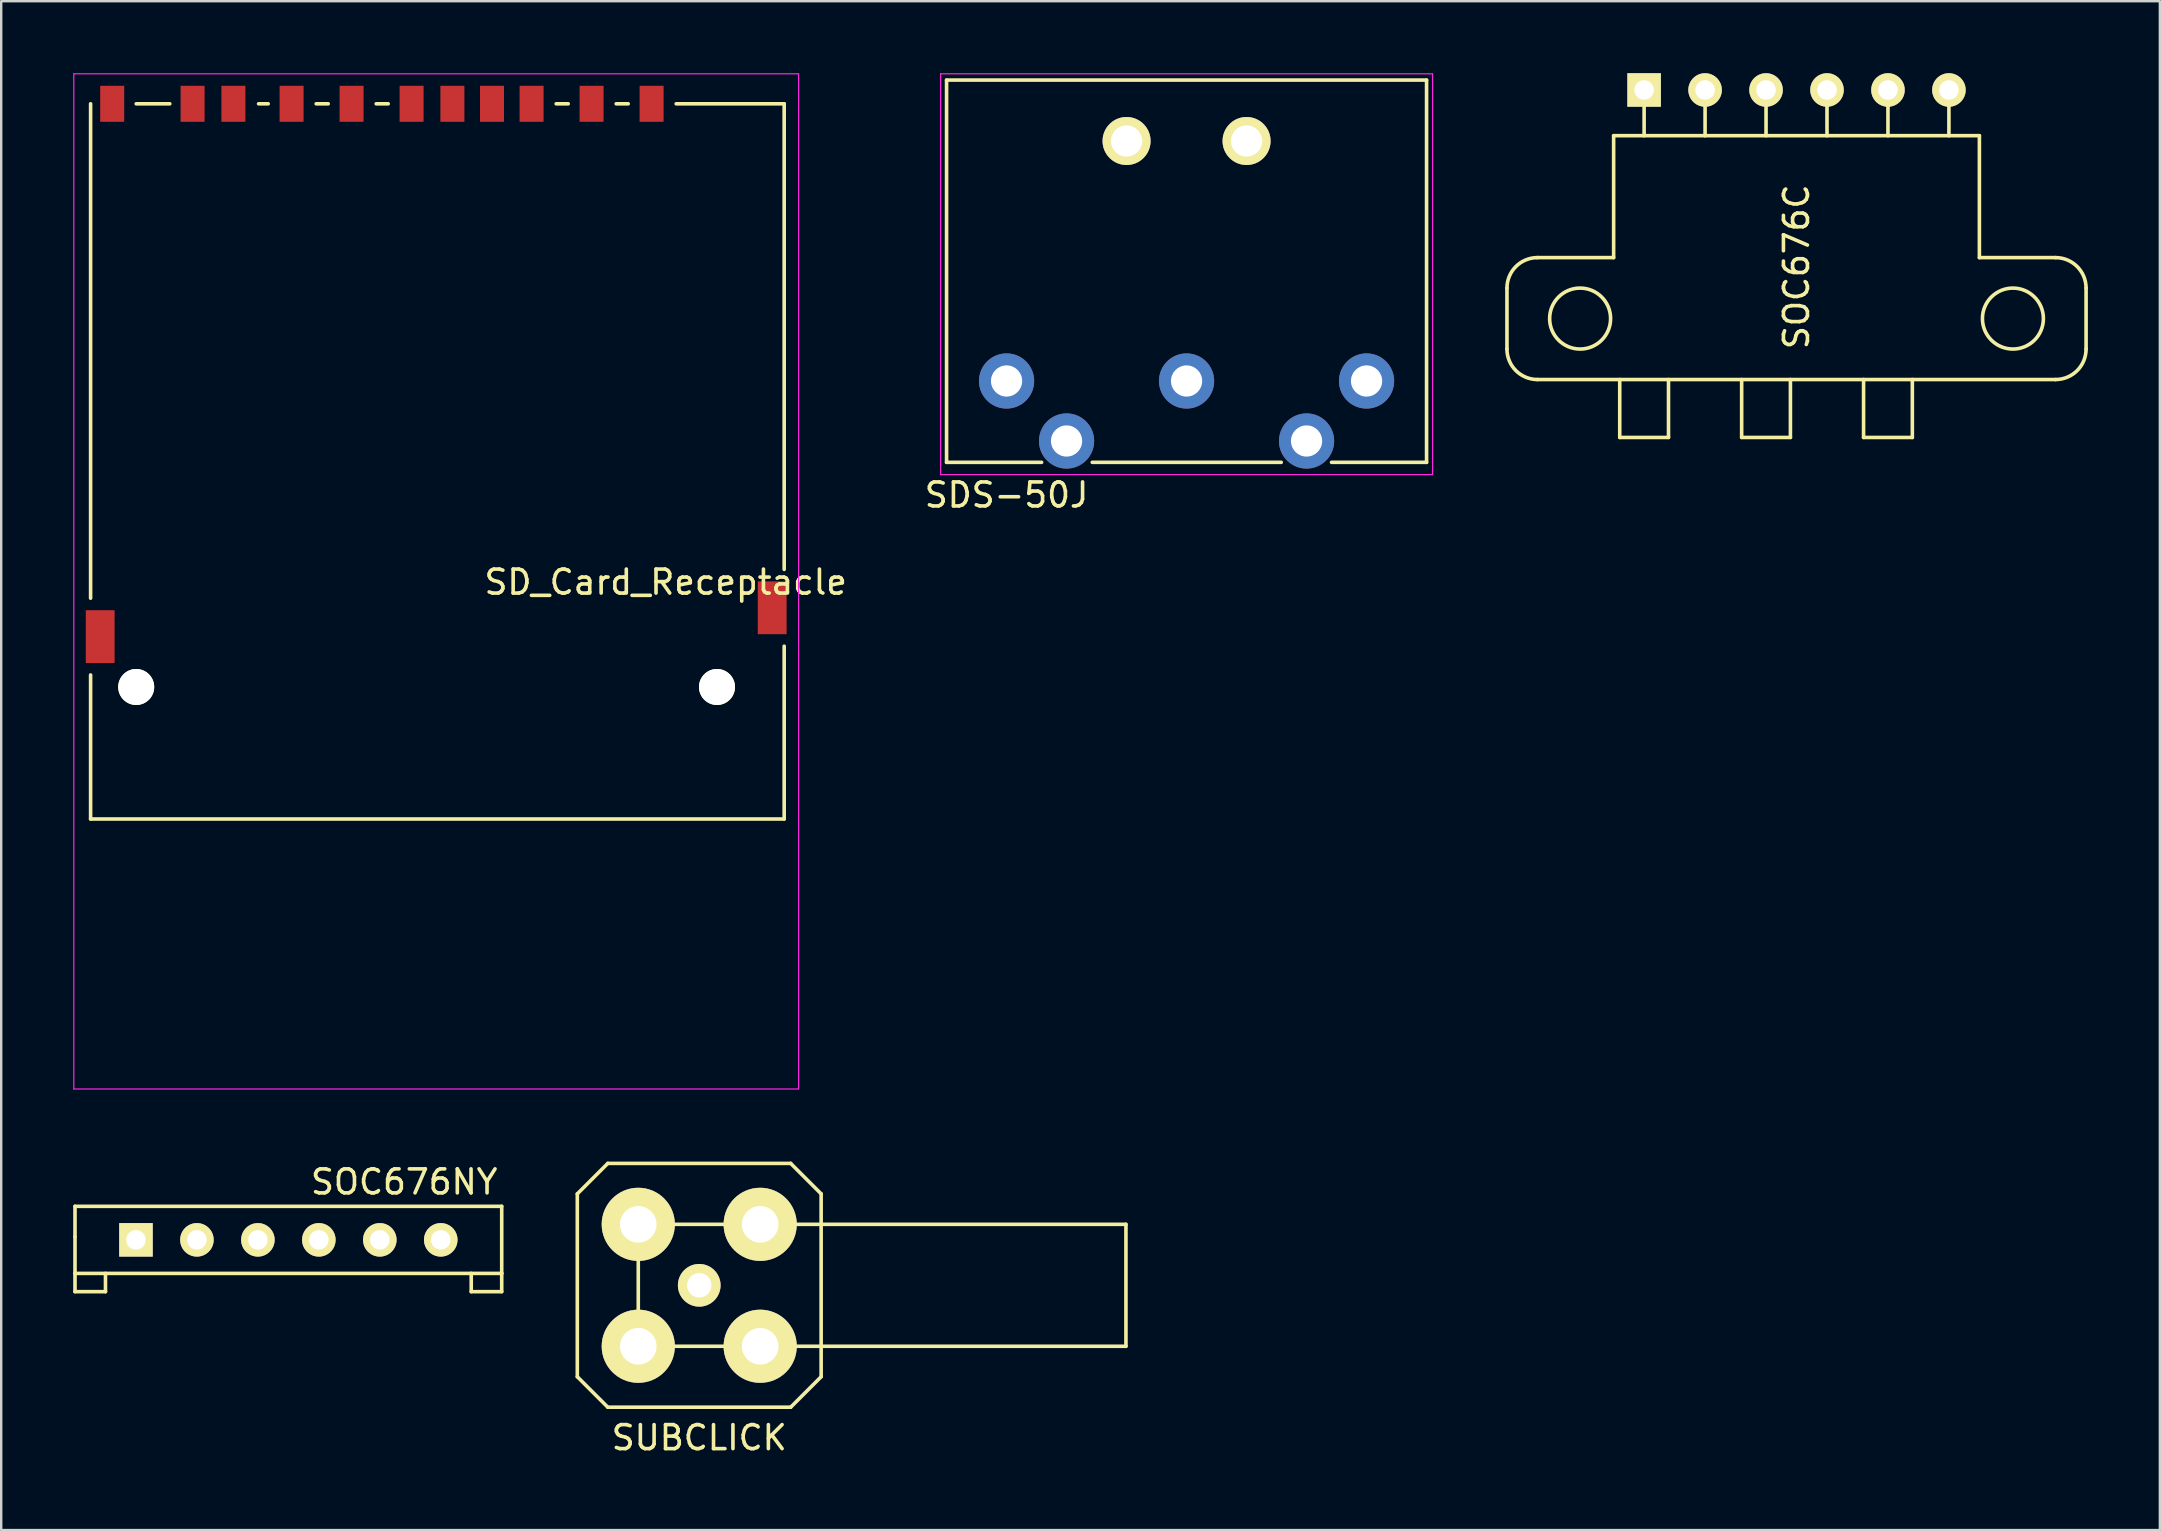
<source format=kicad_pcb>
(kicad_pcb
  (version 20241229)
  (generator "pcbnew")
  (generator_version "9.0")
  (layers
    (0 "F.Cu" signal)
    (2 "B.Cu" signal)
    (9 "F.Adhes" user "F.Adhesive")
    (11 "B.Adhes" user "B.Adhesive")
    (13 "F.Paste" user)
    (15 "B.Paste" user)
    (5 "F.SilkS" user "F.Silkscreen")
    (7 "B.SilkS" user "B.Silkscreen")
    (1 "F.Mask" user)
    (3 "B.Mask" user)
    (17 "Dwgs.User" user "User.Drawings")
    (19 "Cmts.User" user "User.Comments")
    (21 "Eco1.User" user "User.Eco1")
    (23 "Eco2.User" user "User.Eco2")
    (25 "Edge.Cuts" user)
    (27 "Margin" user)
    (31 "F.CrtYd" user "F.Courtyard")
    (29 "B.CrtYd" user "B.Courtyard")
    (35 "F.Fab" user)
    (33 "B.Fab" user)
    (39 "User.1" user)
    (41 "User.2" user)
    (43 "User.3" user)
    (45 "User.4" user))
  (footprint "SOC676C"
    (layer "F.Cu")
    (at 71.806 0.699)
    (property "Reference" "SOC676C" (at 0 7.366 90) (layer "F.SilkS") (effects (font (size 1 1) (thickness 0.15))))
    (attr through_hole)
    (fp_line (start -12.065 10.795) (end -12.065 8.255) (stroke (width 0.15) (type solid)) (layer "F.SilkS"))
    (fp_line (start -7.62 1.905) (end 7.62 1.905) (stroke (width 0.15) (type solid)) (layer "F.SilkS"))
    (fp_line (start -7.62 6.985) (end -10.795 6.985) (stroke (width 0.15) (type solid)) (layer "F.SilkS"))
    (fp_line (start -7.62 6.985) (end -7.62 1.905) (stroke (width 0.15) (type solid)) (layer "F.SilkS"))
    (fp_line (start -7.366 12.065) (end -7.366 14.478) (stroke (width 0.15) (type solid)) (layer "F.SilkS"))
    (fp_line (start -7.366 14.478) (end -5.334 14.478) (stroke (width 0.15) (type solid)) (layer "F.SilkS"))
    (fp_line (start -6.35 0) (end -6.35 1.905) (stroke (width 0.15) (type solid)) (layer "F.SilkS"))
    (fp_line (start -5.334 14.478) (end -5.334 12.065) (stroke (width 0.15) (type solid)) (layer "F.SilkS"))
    (fp_line (start -3.81 0) (end -3.81 1.905) (stroke (width 0.15) (type solid)) (layer "F.SilkS"))
    (fp_line (start -2.286 14.478) (end -2.286 12.065) (stroke (width 0.15) (type solid)) (layer "F.SilkS"))
    (fp_line (start -1.27 0) (end -1.27 1.905) (stroke (width 0.15) (type solid)) (layer "F.SilkS"))
    (fp_line (start -0.254 12.065) (end -0.254 14.478) (stroke (width 0.15) (type solid)) (layer "F.SilkS"))
    (fp_line (start -0.254 14.478) (end -2.286 14.478) (stroke (width 0.15) (type solid)) (layer "F.SilkS"))
    (fp_line (start 1.27 0) (end 1.27 1.905) (stroke (width 0.15) (type solid)) (layer "F.SilkS"))
    (fp_line (start 2.794 12.065) (end 2.794 14.478) (stroke (width 0.15) (type solid)) (layer "F.SilkS"))
    (fp_line (start 2.794 14.478) (end 4.826 14.478) (stroke (width 0.15) (type solid)) (layer "F.SilkS"))
    (fp_line (start 3.81 0) (end 3.81 1.905) (stroke (width 0.15) (type solid)) (layer "F.SilkS"))
    (fp_line (start 4.826 14.478) (end 4.826 12.065) (stroke (width 0.15) (type solid)) (layer "F.SilkS"))
    (fp_line (start 6.35 0) (end 6.35 1.905) (stroke (width 0.15) (type solid)) (layer "F.SilkS"))
    (fp_line (start 7.62 1.905) (end 7.62 6.985) (stroke (width 0.15) (type solid)) (layer "F.SilkS"))
    (fp_line (start 7.62 6.985) (end 10.795 6.985) (stroke (width 0.15) (type solid)) (layer "F.SilkS"))
    (fp_line (start 10.795 12.065) (end -10.795 12.065) (stroke (width 0.15) (type solid)) (layer "F.SilkS"))
    (fp_line (start 12.065 8.255) (end 12.065 10.795) (stroke (width 0.15) (type solid)) (layer "F.SilkS"))
    (fp_arc (start -12.065 8.255) (mid -11.693026 7.356974) (end -10.795 6.985) (stroke (width 0.15) (type solid)) (layer "F.SilkS"))
    (fp_arc (start -10.795 12.065) (mid -11.693026 11.693026) (end -12.065 10.795) (stroke (width 0.15) (type solid)) (layer "F.SilkS"))
    (fp_arc (start 10.795 6.985) (mid 11.693026 7.356974) (end 12.065 8.255) (stroke (width 0.15) (type solid)) (layer "F.SilkS"))
    (fp_arc (start 12.065 10.795) (mid 11.693026 11.693026) (end 10.795 12.065) (stroke (width 0.15) (type solid)) (layer "F.SilkS"))
    (fp_circle (center -9.017 9.525) (end -9.017 8.255) (stroke (width 0.15) (type solid)) (fill no) (layer "F.SilkS"))
    (fp_circle (center 9.017 9.525) (end 10.287 9.525) (stroke (width 0.15) (type solid)) (fill no) (layer "F.SilkS"))
    (pad "1" thru_hole rect (at -6.35 0 90) (size 1.397 1.397) (drill 0.813) (layers "*.Cu" "*.Mask" "F.SilkS"))
    (pad "2" thru_hole circle (at -3.81 0 90) (size 1.397 1.397) (drill 0.813) (layers "*.Cu" "*.Mask" "F.SilkS"))
    (pad "3" thru_hole circle (at -1.27 0 90) (size 1.397 1.397) (drill 0.813) (layers "*.Cu" "*.Mask" "F.SilkS"))
    (pad "4" thru_hole circle (at 1.27 0 90) (size 1.397 1.397) (drill 0.813) (layers "*.Cu" "*.Mask" "F.SilkS"))
    (pad "5" thru_hole circle (at 3.81 0 90) (size 1.397 1.397) (drill 0.813) (layers "*.Cu" "*.Mask" "F.SilkS"))
    (pad "6" thru_hole circle (at 6.35 0 90) (size 1.397 1.397) (drill 0.813) (layers "*.Cu" "*.Mask" "F.SilkS")))
  (footprint "SDS-50J"
    (layer "F.Cu")
    (at 38.891 12.825)
    (property "Reference" "SDS-50J" (at 0 4.75 0) (layer "F.SilkS") (effects (font (size 1 1) (thickness 0.15))))
    (attr through_hole)
    (fp_line (start -2.5 3.389) (end -2.5 -12.538) (stroke (width 0.15) (type solid)) (layer "F.SilkS"))
    (fp_line (start 1.46 3.389) (end -2.5 3.389) (stroke (width 0.15) (type solid)) (layer "F.SilkS"))
    (fp_line (start 11.444 3.389) (end 3.57 3.389) (stroke (width 0.15) (type solid)) (layer "F.SilkS"))
    (fp_line (start 17.5 -12.538) (end -2.5 -12.538) (stroke (width 0.15) (type solid)) (layer "F.SilkS"))
    (fp_line (start 17.5 3.389) (end 13.54 3.389) (stroke (width 0.15) (type solid)) (layer "F.SilkS"))
    (fp_line (start 17.5 3.389) (end 17.5 -12.538) (stroke (width 0.15) (type solid)) (layer "F.SilkS"))
    (fp_line (start -2.75 -12.8) (end -2.75 3.9) (stroke (width 0.05) (type solid)) (layer "F.CrtYd"))
    (fp_line (start 17.75 -12.8) (end -2.75 -12.8) (stroke (width 0.05) (type solid)) (layer "F.CrtYd"))
    (fp_line (start 17.75 3.9) (end -2.75 3.9) (stroke (width 0.05) (type solid)) (layer "F.CrtYd"))
    (fp_line (start 17.75 3.9) (end 17.75 -12.8) (stroke (width 0.05) (type solid)) (layer "F.CrtYd"))
    (pad "" thru_hole circle (at 5 -10) (size 2 2) (drill 1.3) (layers "*.Cu" "*.Mask" "F.SilkS"))
    (pad "" thru_hole circle (at 10 -10) (size 2 2) (drill 1.3) (layers "*.Cu" "*.Mask" "F.SilkS"))
    (pad "1" thru_hole circle (at 0 0) (size 2.3 2.3) (drill 1.3) (layers "*.Cu" "*.Mask"))
    (pad "2" thru_hole circle (at 7.5 0) (size 2.3 2.3) (drill 1.3) (layers "*.Cu" "*.Mask"))
    (pad "3" thru_hole circle (at 15 0) (size 2.3 2.3) (drill 1.3) (layers "*.Cu" "*.Mask"))
    (pad "4" thru_hole circle (at 2.5 2.5) (size 2.3 2.3) (drill 1.3) (layers "*.Cu" "*.Mask"))
    (pad "5" thru_hole circle (at 12.5 2.5) (size 2.3 2.3) (drill 1.3) (layers "*.Cu" "*.Mask")))
  (footprint "SD_Card_Receptacle"
    (layer "F.Cu")
    (at 14.725 1.275)
    (property "Reference" "SD_Card_Receptacle" (at 9.964 19.931 0) (layer "F.SilkS") (effects (font (size 1 1) (thickness 0.15))))
    (attr through_hole)
    (fp_line (start -14 20.6) (end -14 0) (stroke (width 0.15) (type solid)) (layer "F.SilkS"))
    (fp_line (start -14 29.8) (end -14 23.8) (stroke (width 0.15) (type solid)) (layer "F.SilkS"))
    (fp_line (start -12.1 0) (end -10.7 0) (stroke (width 0.15) (type solid)) (layer "F.SilkS"))
    (fp_line (start -7 0) (end -6.6 0) (stroke (width 0.15) (type solid)) (layer "F.SilkS"))
    (fp_line (start -4.6 0) (end -4.1 0) (stroke (width 0.15) (type solid)) (layer "F.SilkS"))
    (fp_line (start -2.1 0) (end -1.6 0) (stroke (width 0.15) (type solid)) (layer "F.SilkS"))
    (fp_line (start 5.4 0) (end 5.9 0) (stroke (width 0.15) (type solid)) (layer "F.SilkS"))
    (fp_line (start 7.9 0) (end 8.4 0) (stroke (width 0.15) (type solid)) (layer "F.SilkS"))
    (fp_line (start 14.9 0) (end 10.4 0) (stroke (width 0.15) (type solid)) (layer "F.SilkS"))
    (fp_line (start 14.9 19.4) (end 14.9 0) (stroke (width 0.15) (type solid)) (layer "F.SilkS"))
    (fp_line (start 14.9 29.8) (end -14 29.8) (stroke (width 0.15) (type solid)) (layer "F.SilkS"))
    (fp_line (start 14.9 29.8) (end 14.9 22.6) (stroke (width 0.15) (type solid)) (layer "F.SilkS"))
    (fp_line (start -14.7 -1.25) (end -14.7 41.05) (stroke (width 0.05) (type solid)) (layer "F.CrtYd"))
    (fp_line (start -14.7 41.05) (end 15.5 41.05) (stroke (width 0.05) (type solid)) (layer "F.CrtYd"))
    (fp_line (start 15.5 -1.25) (end -14.7 -1.25) (stroke (width 0.05) (type solid)) (layer "F.CrtYd"))
    (fp_line (start 15.5 41.05) (end 15.5 -1.25) (stroke (width 0.05) (type solid)) (layer "F.CrtYd"))
    (pad "" np_thru_hole circle (at -12.1 24.3) (size 1.5 1.5) (drill 1.5) (layers "*.Cu" "*.Mask" "F.SilkS"))
    (pad "" np_thru_hole circle (at 12.1 24.3) (size 1.5 1.5) (drill 1.5) (layers "*.Cu" "*.Mask" "F.SilkS"))
    (pad "1" smd rect (at 6.875 0) (size 1 1.5) (layers "F.Cu" "F.Mask" "F.Paste"))
    (pad "2" smd rect (at 4.375 0) (size 1 1.5) (layers "F.Cu" "F.Mask" "F.Paste"))
    (pad "3" smd rect (at 1.075 0) (size 1 1.5) (layers "F.Cu" "F.Mask" "F.Paste"))
    (pad "4" smd rect (at -0.625 0) (size 1 1.5) (layers "F.Cu" "F.Mask" "F.Paste"))
    (pad "5" smd rect (at -3.125 0) (size 1 1.5) (layers "F.Cu" "F.Mask" "F.Paste"))
    (pad "6" smd rect (at -5.625 0) (size 1 1.5) (layers "F.Cu" "F.Mask" "F.Paste"))
    (pad "7" smd rect (at -8.05 0) (size 1 1.5) (layers "F.Cu" "F.Mask" "F.Paste"))
    (pad "8" smd rect (at -9.75 0) (size 1 1.5) (layers "F.Cu" "F.Mask" "F.Paste"))
    (pad "9" smd rect (at 9.375 0) (size 1 1.5) (layers "F.Cu" "F.Mask" "F.Paste"))
    (pad "10" smd rect (at 2.725 0) (size 1 1.5) (layers "F.Cu" "F.Mask" "F.Paste"))
    (pad "11" smd rect (at -13.1 0) (size 1 1.5) (layers "F.Cu" "F.Mask" "F.Paste"))
    (pad "12" smd rect (at 14.4 21) (size 1.2 2.2) (layers "F.Cu" "F.Mask" "F.Paste"))
    (pad "13" smd rect (at -13.6 22.2) (size 1.2 2.2) (layers "F.Cu" "F.Mask" "F.Paste")))
  (footprint "SOC676NY"
    (layer "F.Cu")
    (at 8.965 48.611)
    (property "Reference" "SOC676NY" (at 4.826 -2.413 0) (layer "F.SilkS") (effects (font (size 1 1) (thickness 0.15))))
    (attr through_hole)
    (fp_line (start -8.89 -1.397) (end -8.89 -0.127) (stroke (width 0.15) (type solid)) (layer "F.SilkS"))
    (fp_line (start -8.89 -0.127) (end -8.89 1.397) (stroke (width 0.15) (type solid)) (layer "F.SilkS"))
    (fp_line (start -8.89 1.397) (end -8.89 2.159) (stroke (width 0.15) (type solid)) (layer "F.SilkS"))
    (fp_line (start -8.89 1.397) (end 8.89 1.397) (stroke (width 0.15) (type solid)) (layer "F.SilkS"))
    (fp_line (start -8.89 2.159) (end -7.62 2.159) (stroke (width 0.15) (type solid)) (layer "F.SilkS"))
    (fp_line (start -7.62 2.159) (end -7.62 1.397) (stroke (width 0.15) (type solid)) (layer "F.SilkS"))
    (fp_line (start 7.62 1.397) (end 7.62 2.159) (stroke (width 0.15) (type solid)) (layer "F.SilkS"))
    (fp_line (start 7.62 2.159) (end 8.89 2.159) (stroke (width 0.15) (type solid)) (layer "F.SilkS"))
    (fp_line (start 8.89 -1.397) (end -8.89 -1.397) (stroke (width 0.15) (type solid)) (layer "F.SilkS"))
    (fp_line (start 8.89 1.397) (end 8.89 -1.397) (stroke (width 0.15) (type solid)) (layer "F.SilkS"))
    (fp_line (start 8.89 2.159) (end 8.89 1.397) (stroke (width 0.15) (type solid)) (layer "F.SilkS"))
    (pad "1" thru_hole rect (at -6.35 0) (size 1.397 1.397) (drill 0.813) (layers "*.Cu" "*.Mask" "F.SilkS"))
    (pad "2" thru_hole circle (at -3.81 0) (size 1.397 1.397) (drill 0.813) (layers "*.Cu" "*.Mask" "F.SilkS"))
    (pad "3" thru_hole circle (at -1.27 0) (size 1.397 1.397) (drill 0.813) (layers "*.Cu" "*.Mask" "F.SilkS"))
    (pad "4" thru_hole circle (at 1.27 0) (size 1.397 1.397) (drill 0.813) (layers "*.Cu" "*.Mask" "F.SilkS"))
    (pad "5" thru_hole circle (at 3.81 0) (size 1.397 1.397) (drill 0.813) (layers "*.Cu" "*.Mask" "F.SilkS"))
    (pad "6" thru_hole circle (at 6.35 0) (size 1.397 1.397) (drill 0.813) (layers "*.Cu" "*.Mask" "F.SilkS")))
  (footprint "SUBCLICK"
    (layer "F.Cu")
    (at 26.085 50.505)
    (property "Reference" "SUBCLICK" (at 0 6.35 0) (layer "F.SilkS") (effects (font (size 1 1) (thickness 0.15))))
    (attr through_hole)
    (fp_line (start -5.08 -3.81) (end -3.81 -5.08) (stroke (width 0.15) (type solid)) (layer "F.SilkS"))
    (fp_line (start -5.08 3.81) (end -5.08 -3.81) (stroke (width 0.15) (type solid)) (layer "F.SilkS"))
    (fp_line (start -3.81 -5.08) (end 3.81 -5.08) (stroke (width 0.15) (type solid)) (layer "F.SilkS"))
    (fp_line (start -3.81 5.08) (end -5.08 3.81) (stroke (width 0.15) (type solid)) (layer "F.SilkS"))
    (fp_line (start -2.54 -1.27) (end -1.27 -2.54) (stroke (width 0.15) (type solid)) (layer "F.SilkS"))
    (fp_line (start -2.54 1.27) (end -2.54 -1.27) (stroke (width 0.15) (type solid)) (layer "F.SilkS"))
    (fp_line (start -1.27 -2.54) (end 17.78 -2.54) (stroke (width 0.15) (type solid)) (layer "F.SilkS"))
    (fp_line (start -1.27 2.54) (end -2.54 1.27) (stroke (width 0.15) (type solid)) (layer "F.SilkS"))
    (fp_line (start 3.81 -5.08) (end 5.08 -3.81) (stroke (width 0.15) (type solid)) (layer "F.SilkS"))
    (fp_line (start 3.81 5.08) (end -3.81 5.08) (stroke (width 0.15) (type solid)) (layer "F.SilkS"))
    (fp_line (start 5.08 -3.81) (end 5.08 3.81) (stroke (width 0.15) (type solid)) (layer "F.SilkS"))
    (fp_line (start 5.08 3.81) (end 3.81 5.08) (stroke (width 0.15) (type solid)) (layer "F.SilkS"))
    (fp_line (start 17.78 -2.54) (end 17.78 2.54) (stroke (width 0.15) (type solid)) (layer "F.SilkS"))
    (fp_line (start 17.78 2.54) (end -1.27 2.54) (stroke (width 0.15) (type solid)) (layer "F.SilkS"))
    (pad "1" thru_hole circle (at 0 0) (size 1.778 1.778) (drill 1.016) (layers "*.Cu" "*.Mask" "F.SilkS"))
    (pad "2" thru_hole circle (at -2.54 -2.54) (size 3.048 3.048) (drill 1.524) (layers "*.Cu" "*.Mask" "F.SilkS"))
    (pad "2" thru_hole circle (at -2.54 2.54) (size 3.048 3.048) (drill 1.524) (layers "*.Cu" "*.Mask" "F.SilkS"))
    (pad "2" thru_hole circle (at 2.54 -2.54) (size 3.048 3.048) (drill 1.524) (layers "*.Cu" "*.Mask" "F.SilkS"))
    (pad "2" thru_hole circle (at 2.54 2.54) (size 3.048 3.048) (drill 1.524) (layers "*.Cu" "*.Mask" "F.SilkS")))
  (gr_rect
    (start -3 -3)
    (end 86.946 60.703)
    (stroke (width 0.1) (type default))
    (fill no)
    (layer "Edge.Cuts")))
</source>
